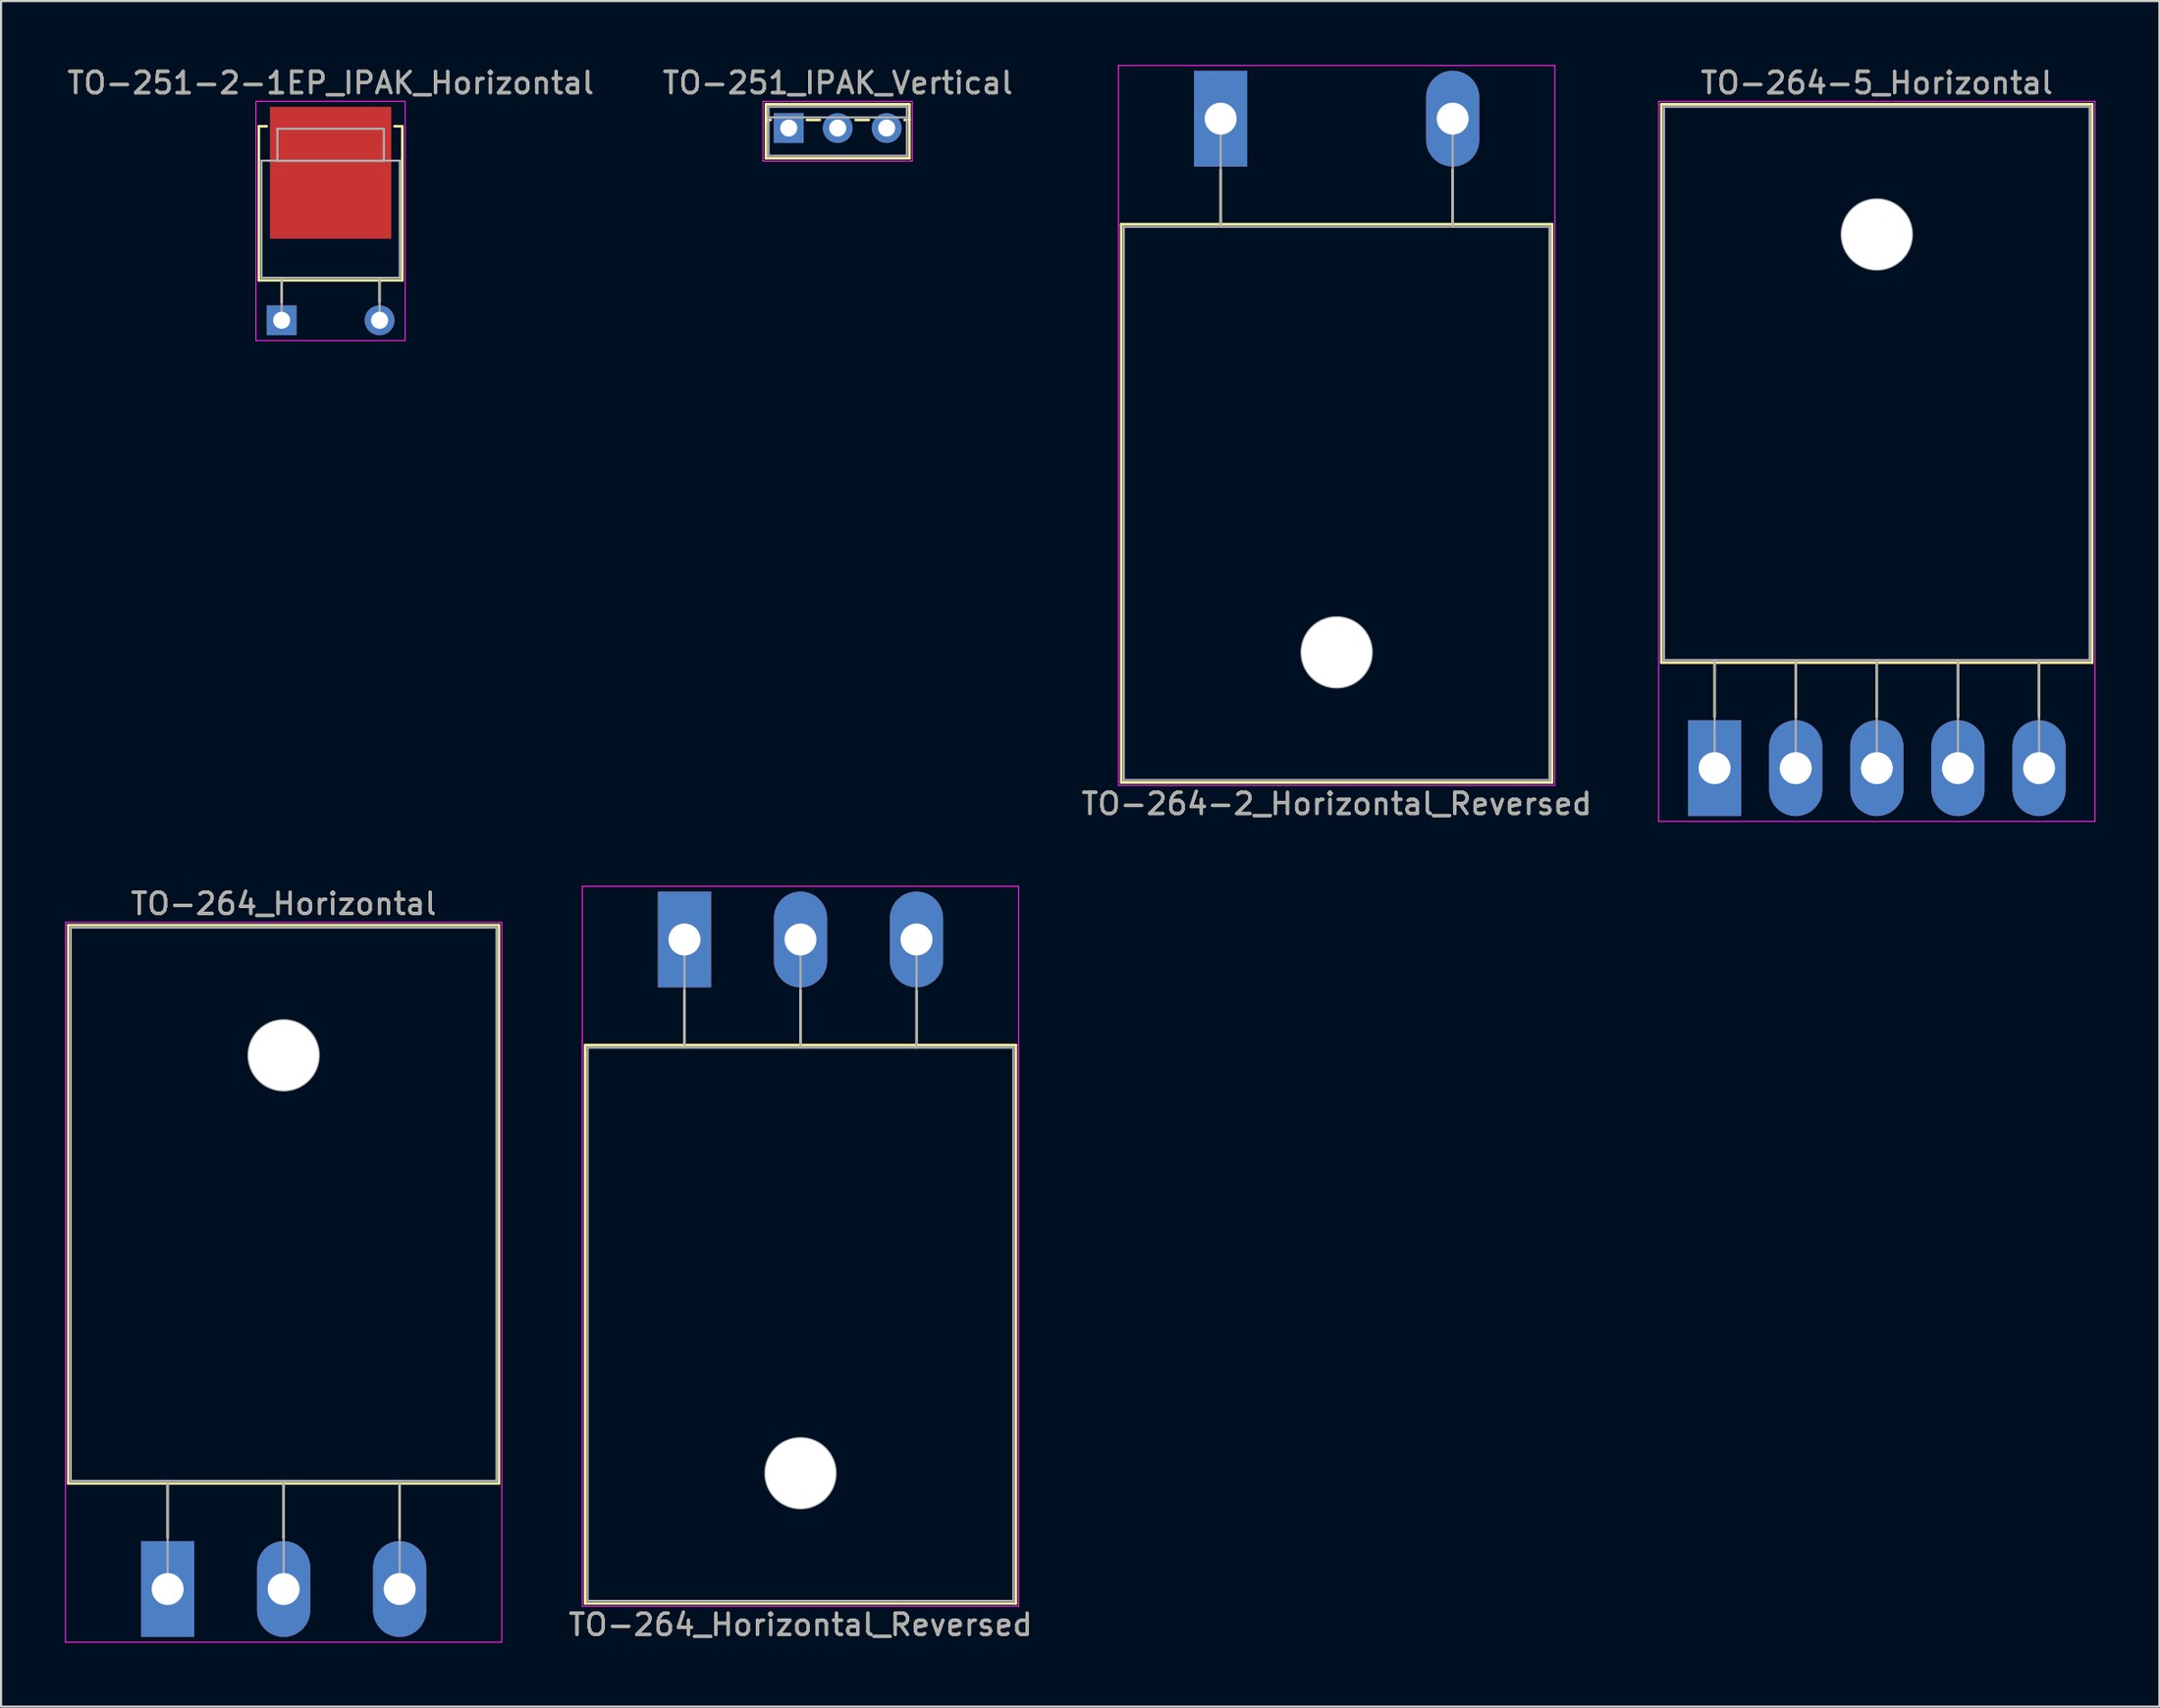
<source format=kicad_pcb>
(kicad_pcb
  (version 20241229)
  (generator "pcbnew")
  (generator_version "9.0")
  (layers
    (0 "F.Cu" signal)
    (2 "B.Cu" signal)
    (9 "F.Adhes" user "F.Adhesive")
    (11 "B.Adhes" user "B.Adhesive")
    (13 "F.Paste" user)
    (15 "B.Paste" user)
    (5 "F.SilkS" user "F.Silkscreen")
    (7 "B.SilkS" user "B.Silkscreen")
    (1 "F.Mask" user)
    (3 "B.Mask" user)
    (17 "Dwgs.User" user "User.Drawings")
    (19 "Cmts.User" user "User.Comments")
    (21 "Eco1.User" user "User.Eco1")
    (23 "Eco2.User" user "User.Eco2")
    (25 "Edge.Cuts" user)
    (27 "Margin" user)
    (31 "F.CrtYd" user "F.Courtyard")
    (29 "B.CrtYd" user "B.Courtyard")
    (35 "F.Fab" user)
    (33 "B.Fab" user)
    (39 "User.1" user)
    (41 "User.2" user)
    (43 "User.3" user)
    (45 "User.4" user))
  (footprint "TO-264_Horizontal_Reversed"
    (layer "F.Cu")
    (at 29.106 41.098)
    (property "Reference" "TO-264_Horizontal_Reversed" (at 5.45 32.2 0) (layer "F.SilkS") (effects (font (size 1 1) (thickness 0.15))))
    (attr through_hole)
    (fp_line (start -4.67 4.96) (end -4.67 31.2) (stroke (width 0.12) (type solid)) (layer "F.SilkS"))
    (fp_line (start -4.67 4.96) (end 15.57 4.96) (stroke (width 0.12) (type solid)) (layer "F.SilkS"))
    (fp_line (start -4.67 31.2) (end 15.57 31.2) (stroke (width 0.12) (type solid)) (layer "F.SilkS"))
    (fp_line (start 0 2.4) (end 0 4.96) (stroke (width 0.12) (type solid)) (layer "F.SilkS"))
    (fp_line (start 5.45 2.4) (end 5.45 4.96) (stroke (width 0.12) (type solid)) (layer "F.SilkS"))
    (fp_line (start 10.9 2.4) (end 10.9 4.96) (stroke (width 0.12) (type solid)) (layer "F.SilkS"))
    (fp_line (start 15.57 4.96) (end 15.57 31.2) (stroke (width 0.12) (type solid)) (layer "F.SilkS"))
    (fp_line (start -4.8 -2.5) (end -4.8 31.33) (stroke (width 0.05) (type solid)) (layer "F.CrtYd"))
    (fp_line (start -4.8 31.33) (end 15.7 31.33) (stroke (width 0.05) (type solid)) (layer "F.CrtYd"))
    (fp_line (start 15.7 -2.5) (end -4.8 -2.5) (stroke (width 0.05) (type solid)) (layer "F.CrtYd"))
    (fp_line (start 15.7 31.33) (end 15.7 -2.5) (stroke (width 0.05) (type solid)) (layer "F.CrtYd"))
    (fp_line (start -4.55 5.08) (end -4.55 31.08) (stroke (width 0.1) (type solid)) (layer "F.Fab"))
    (fp_line (start -4.55 31.08) (end 15.45 31.08) (stroke (width 0.1) (type solid)) (layer "F.Fab"))
    (fp_line (start 0 5.08) (end 0 0) (stroke (width 0.1) (type solid)) (layer "F.Fab"))
    (fp_line (start 5.45 5.08) (end 5.45 0) (stroke (width 0.1) (type solid)) (layer "F.Fab"))
    (fp_line (start 10.9 5.08) (end 10.9 0) (stroke (width 0.1) (type solid)) (layer "F.Fab"))
    (fp_line (start 15.45 5.08) (end -4.55 5.08) (stroke (width 0.1) (type solid)) (layer "F.Fab"))
    (fp_line (start 15.45 31.08) (end 15.45 5.08) (stroke (width 0.1) (type solid)) (layer "F.Fab"))
    (fp_circle (center 5.45 25.08) (end 7.1 25.08) (stroke (width 0.1) (type solid)) (fill no) (layer "F.Fab"))
    (fp_text user "${REFERENCE}" (at 5.45 32.2 0) (layer "F.Fab") (effects (font (size 1 1) (thickness 0.15))))
    (pad "" np_thru_hole oval (at 5.45 25.08) (size 3.3 3.3) (drill 3.3) (layers "*.Cu" "*.Mask"))
    (pad "1" thru_hole rect (at 0 0) (size 2.5 4.5) (drill 1.5) (layers "*.Cu" "*.Mask"))
    (pad "2" thru_hole oval (at 5.45 0) (size 2.5 4.5) (drill 1.5) (layers "*.Cu" "*.Mask"))
    (pad "3" thru_hole oval (at 10.9 0) (size 2.5 4.5) (drill 1.5) (layers "*.Cu" "*.Mask")))
  (footprint "TO-264-2_Horizontal_Reversed"
    (layer "F.Cu")
    (at 54.294 2.525)
    (property "Reference" "TO-264-2_Horizontal_Reversed" (at 5.45 32.2 0) (layer "F.SilkS") (effects (font (size 1 1) (thickness 0.15))))
    (attr through_hole)
    (fp_line (start -4.67 4.96) (end -4.67 31.2) (stroke (width 0.12) (type solid)) (layer "F.SilkS"))
    (fp_line (start -4.67 4.96) (end 15.57 4.96) (stroke (width 0.12) (type solid)) (layer "F.SilkS"))
    (fp_line (start -4.67 31.2) (end 15.57 31.2) (stroke (width 0.12) (type solid)) (layer "F.SilkS"))
    (fp_line (start 0 2.4) (end 0 4.96) (stroke (width 0.12) (type solid)) (layer "F.SilkS"))
    (fp_line (start 10.9 2.4) (end 10.9 4.96) (stroke (width 0.12) (type solid)) (layer "F.SilkS"))
    (fp_line (start 15.57 4.96) (end 15.57 31.2) (stroke (width 0.12) (type solid)) (layer "F.SilkS"))
    (fp_line (start -4.8 -2.5) (end -4.8 31.33) (stroke (width 0.05) (type solid)) (layer "F.CrtYd"))
    (fp_line (start -4.8 31.33) (end 15.7 31.33) (stroke (width 0.05) (type solid)) (layer "F.CrtYd"))
    (fp_line (start 15.7 -2.5) (end -4.8 -2.5) (stroke (width 0.05) (type solid)) (layer "F.CrtYd"))
    (fp_line (start 15.7 31.33) (end 15.7 -2.5) (stroke (width 0.05) (type solid)) (layer "F.CrtYd"))
    (fp_line (start -4.55 5.08) (end -4.55 31.08) (stroke (width 0.1) (type solid)) (layer "F.Fab"))
    (fp_line (start -4.55 31.08) (end 15.45 31.08) (stroke (width 0.1) (type solid)) (layer "F.Fab"))
    (fp_line (start 0 5.08) (end 0 0) (stroke (width 0.1) (type solid)) (layer "F.Fab"))
    (fp_line (start 10.9 5.08) (end 10.9 0) (stroke (width 0.1) (type solid)) (layer "F.Fab"))
    (fp_line (start 15.45 5.08) (end -4.55 5.08) (stroke (width 0.1) (type solid)) (layer "F.Fab"))
    (fp_line (start 15.45 31.08) (end 15.45 5.08) (stroke (width 0.1) (type solid)) (layer "F.Fab"))
    (fp_circle (center 5.45 25.08) (end 7.1 25.08) (stroke (width 0.1) (type solid)) (fill no) (layer "F.Fab"))
    (fp_text user "${REFERENCE}" (at 5.45 32.2 0) (layer "F.Fab") (effects (font (size 1 1) (thickness 0.15))))
    (pad "" np_thru_hole oval (at 5.45 25.08) (size 3.3 3.3) (drill 3.3) (layers "*.Cu" "*.Mask"))
    (pad "1" thru_hole rect (at 0 0) (size 2.5 4.5) (drill 1.5) (layers "*.Cu" "*.Mask"))
    (pad "2" thru_hole oval (at 10.9 0) (size 2.5 4.5) (drill 1.5) (layers "*.Cu" "*.Mask")))
  (footprint "TO-264-5_Horizontal"
    (layer "F.Cu")
    (at 77.5 33.048)
    (property "Reference" "TO-264-5_Horizontal" (at 7.62 -32.2 0) (layer "F.SilkS") (effects (font (size 1 1) (thickness 0.15))))
    (attr through_hole)
    (fp_line (start -2.5 -31.2) (end -2.5 -4.96) (stroke (width 0.12) (type solid)) (layer "F.SilkS"))
    (fp_line (start -2.5 -31.2) (end 17.74 -31.2) (stroke (width 0.12) (type solid)) (layer "F.SilkS"))
    (fp_line (start -2.5 -4.96) (end 17.74 -4.96) (stroke (width 0.12) (type solid)) (layer "F.SilkS"))
    (fp_line (start 0 -4.96) (end 0 -2.4) (stroke (width 0.12) (type solid)) (layer "F.SilkS"))
    (fp_line (start 3.81 -4.96) (end 3.81 -2.4) (stroke (width 0.12) (type solid)) (layer "F.SilkS"))
    (fp_line (start 7.62 -4.96) (end 7.62 -2.4) (stroke (width 0.12) (type solid)) (layer "F.SilkS"))
    (fp_line (start 11.43 -4.96) (end 11.43 -2.4) (stroke (width 0.12) (type solid)) (layer "F.SilkS"))
    (fp_line (start 15.24 -4.96) (end 15.24 -2.4) (stroke (width 0.12) (type solid)) (layer "F.SilkS"))
    (fp_line (start 17.74 -31.2) (end 17.74 -4.96) (stroke (width 0.12) (type solid)) (layer "F.SilkS"))
    (fp_line (start -2.63 -31.33) (end -2.63 2.5) (stroke (width 0.05) (type solid)) (layer "F.CrtYd"))
    (fp_line (start -2.63 2.5) (end 17.87 2.5) (stroke (width 0.05) (type solid)) (layer "F.CrtYd"))
    (fp_line (start 17.87 -31.33) (end -2.63 -31.33) (stroke (width 0.05) (type solid)) (layer "F.CrtYd"))
    (fp_line (start 17.87 2.5) (end 17.87 -31.33) (stroke (width 0.05) (type solid)) (layer "F.CrtYd"))
    (fp_line (start -2.38 -31.08) (end 17.62 -31.08) (stroke (width 0.1) (type solid)) (layer "F.Fab"))
    (fp_line (start -2.38 -5.08) (end -2.38 -31.08) (stroke (width 0.1) (type solid)) (layer "F.Fab"))
    (fp_line (start 0 -5.08) (end 0 0) (stroke (width 0.1) (type solid)) (layer "F.Fab"))
    (fp_line (start 3.81 -5.08) (end 3.81 0) (stroke (width 0.1) (type solid)) (layer "F.Fab"))
    (fp_line (start 7.62 -5.08) (end 7.62 0) (stroke (width 0.1) (type solid)) (layer "F.Fab"))
    (fp_line (start 11.43 -5.08) (end 11.43 0) (stroke (width 0.1) (type solid)) (layer "F.Fab"))
    (fp_line (start 15.24 -5.08) (end 15.24 0) (stroke (width 0.1) (type solid)) (layer "F.Fab"))
    (fp_line (start 17.62 -31.08) (end 17.62 -5.08) (stroke (width 0.1) (type solid)) (layer "F.Fab"))
    (fp_line (start 17.62 -5.08) (end -2.38 -5.08) (stroke (width 0.1) (type solid)) (layer "F.Fab"))
    (fp_circle (center 7.62 -25.08) (end 9.27 -25.08) (stroke (width 0.1) (type solid)) (fill no) (layer "F.Fab"))
    (fp_text user "${REFERENCE}" (at 7.62 -32.2 0) (layer "F.Fab") (effects (font (size 1 1) (thickness 0.15))))
    (pad "" np_thru_hole oval (at 7.62 -25.08) (size 3.3 3.3) (drill 3.3) (layers "*.Cu" "*.Mask"))
    (pad "1" thru_hole rect (at 0 0) (size 2.5 4.5) (drill 1.5) (layers "*.Cu" "*.Mask"))
    (pad "2" thru_hole oval (at 3.81 0) (size 2.5 4.5) (drill 1.5) (layers "*.Cu" "*.Mask"))
    (pad "3" thru_hole oval (at 7.62 0) (size 2.5 4.5) (drill 1.5) (layers "*.Cu" "*.Mask"))
    (pad "4" thru_hole oval (at 11.43 0) (size 2.5 4.5) (drill 1.5) (layers "*.Cu" "*.Mask"))
    (pad "5" thru_hole oval (at 15.24 0) (size 2.5 4.5) (drill 1.5) (layers "*.Cu" "*.Mask")))
  (footprint "TO-251_IPAK_Vertical"
    (layer "F.Cu")
    (at 34.004 2.968)
    (property "Reference" "TO-251_IPAK_Vertical" (at 2.3 -2.12 0) (layer "F.SilkS") (effects (font (size 1 1) (thickness 0.15))))
    (attr through_hole)
    (fp_line (start -1.071 -1.12) (end -1.071 1.42) (stroke (width 0.12) (type solid)) (layer "F.SilkS"))
    (fp_line (start -1.071 -1.12) (end 5.67 -1.12) (stroke (width 0.12) (type solid)) (layer "F.SilkS"))
    (fp_line (start -1.071 -0.381) (end -0.85 -0.381) (stroke (width 0.12) (type solid)) (layer "F.SilkS"))
    (fp_line (start -1.071 1.42) (end 5.67 1.42) (stroke (width 0.12) (type solid)) (layer "F.SilkS"))
    (fp_line (start 0.85 -0.381) (end 1.462 -0.381) (stroke (width 0.12) (type solid)) (layer "F.SilkS"))
    (fp_line (start 3.139 -0.381) (end 3.762 -0.381) (stroke (width 0.12) (type solid)) (layer "F.SilkS"))
    (fp_line (start 5.439 -0.381) (end 5.67 -0.381) (stroke (width 0.12) (type solid)) (layer "F.SilkS"))
    (fp_line (start 5.67 -1.12) (end 5.67 1.42) (stroke (width 0.12) (type solid)) (layer "F.SilkS"))
    (fp_line (start -1.21 -1.25) (end -1.21 1.55) (stroke (width 0.05) (type solid)) (layer "F.CrtYd"))
    (fp_line (start -1.21 1.55) (end 5.8 1.55) (stroke (width 0.05) (type solid)) (layer "F.CrtYd"))
    (fp_line (start 5.8 -1.25) (end -1.21 -1.25) (stroke (width 0.05) (type solid)) (layer "F.CrtYd"))
    (fp_line (start 5.8 1.55) (end 5.8 -1.25) (stroke (width 0.05) (type solid)) (layer "F.CrtYd"))
    (fp_line (start -0.95 -1) (end -0.95 1.3) (stroke (width 0.1) (type solid)) (layer "F.Fab"))
    (fp_line (start -0.95 -0.5) (end 5.55 -0.5) (stroke (width 0.1) (type solid)) (layer "F.Fab"))
    (fp_line (start -0.95 1.3) (end 5.55 1.3) (stroke (width 0.1) (type solid)) (layer "F.Fab"))
    (fp_line (start 5.55 -1) (end -0.95 -1) (stroke (width 0.1) (type solid)) (layer "F.Fab"))
    (fp_line (start 5.55 1.3) (end 5.55 -1) (stroke (width 0.1) (type solid)) (layer "F.Fab"))
    (fp_text user "${REFERENCE}" (at 2.3 -2.12 0) (layer "F.Fab") (effects (font (size 1 1) (thickness 0.15))))
    (pad "1" thru_hole rect (at 0 0) (size 1.4 1.4) (drill 0.8) (layers "*.Cu" "*.Mask"))
    (pad "2" thru_hole oval (at 2.3 0) (size 1.4 1.4) (drill 0.8) (layers "*.Cu" "*.Mask"))
    (pad "3" thru_hole oval (at 4.6 0) (size 1.4 1.4) (drill 0.8) (layers "*.Cu" "*.Mask")))
  (footprint "TO-251-2-1EP_IPAK_Horizontal"
    (layer "F.Cu")
    (at 10.182 12.002)
    (property "Reference" "TO-251-2-1EP_IPAK_Horizontal" (at 2.3 -11.153 0) (layer "F.SilkS") (effects (font (size 1 1) (thickness 0.15))))
    (attr through_hole)
    (fp_line (start -1.071 -9.12) (end -1.071 -1.88) (stroke (width 0.12) (type solid)) (layer "F.SilkS"))
    (fp_line (start -1.071 -9.12) (end -0.701 -9.12) (stroke (width 0.12) (type solid)) (layer "F.SilkS"))
    (fp_line (start -1.071 -1.88) (end 5.67 -1.88) (stroke (width 0.12) (type solid)) (layer "F.SilkS"))
    (fp_line (start 0 -1.88) (end 0 -0.85) (stroke (width 0.12) (type solid)) (layer "F.SilkS"))
    (fp_line (start 4.6 -1.88) (end 4.6 -0.866) (stroke (width 0.12) (type solid)) (layer "F.SilkS"))
    (fp_line (start 5.301 -9.12) (end 5.67 -9.12) (stroke (width 0.12) (type solid)) (layer "F.SilkS"))
    (fp_line (start 5.67 -9.12) (end 5.67 -1.88) (stroke (width 0.12) (type solid)) (layer "F.SilkS"))
    (fp_line (start -1.21 -10.29) (end -1.21 0.95) (stroke (width 0.05) (type solid)) (layer "F.CrtYd"))
    (fp_line (start -1.21 0.95) (end 5.8 0.95) (stroke (width 0.05) (type solid)) (layer "F.CrtYd"))
    (fp_line (start 5.8 -10.29) (end -1.21 -10.29) (stroke (width 0.05) (type solid)) (layer "F.CrtYd"))
    (fp_line (start 5.8 0.95) (end 5.8 -10.29) (stroke (width 0.05) (type solid)) (layer "F.CrtYd"))
    (fp_line (start -0.95 -7.5) (end 5.55 -7.5) (stroke (width 0.1) (type solid)) (layer "F.Fab"))
    (fp_line (start -0.95 -2) (end -0.95 -7.5) (stroke (width 0.1) (type solid)) (layer "F.Fab"))
    (fp_line (start -0.2 -9) (end 4.8 -9) (stroke (width 0.1) (type solid)) (layer "F.Fab"))
    (fp_line (start -0.2 -7.5) (end -0.2 -9) (stroke (width 0.1) (type solid)) (layer "F.Fab"))
    (fp_line (start 0 -2) (end 0 0) (stroke (width 0.1) (type solid)) (layer "F.Fab"))
    (fp_line (start 4.6 -2) (end 4.6 0) (stroke (width 0.1) (type solid)) (layer "F.Fab"))
    (fp_line (start 4.8 -9) (end 4.8 -7.5) (stroke (width 0.1) (type solid)) (layer "F.Fab"))
    (fp_line (start 4.8 -7.5) (end -0.2 -7.5) (stroke (width 0.1) (type solid)) (layer "F.Fab"))
    (fp_line (start 5.55 -7.5) (end 5.55 -2) (stroke (width 0.1) (type solid)) (layer "F.Fab"))
    (fp_line (start 5.55 -2) (end -0.95 -2) (stroke (width 0.1) (type solid)) (layer "F.Fab"))
    (fp_text user "${REFERENCE}" (at 2.3 -11.153 0) (layer "F.Fab") (effects (font (size 1 1) (thickness 0.15))))
    (pad "1" thru_hole rect (at 0 0) (size 1.4 1.4) (drill 0.8) (layers "*.Cu" "*.Mask"))
    (pad "2" thru_hole oval (at 4.6 0) (size 1.4 1.4) (drill 0.8) (layers "*.Cu" "*.Mask"))
    (pad "3" smd rect (at 2.3 -6.933) (size 5.7 6.2) (layers "F.Cu" "F.Mask")))
  (footprint "TO-264_Horizontal"
    (layer "F.Cu")
    (at 4.825 71.621)
    (property "Reference" "TO-264_Horizontal" (at 5.45 -32.2 0) (layer "F.SilkS") (effects (font (size 1 1) (thickness 0.15))))
    (attr through_hole)
    (fp_line (start -4.67 -31.2) (end -4.67 -4.96) (stroke (width 0.12) (type solid)) (layer "F.SilkS"))
    (fp_line (start -4.67 -31.2) (end 15.57 -31.2) (stroke (width 0.12) (type solid)) (layer "F.SilkS"))
    (fp_line (start -4.67 -4.96) (end 15.57 -4.96) (stroke (width 0.12) (type solid)) (layer "F.SilkS"))
    (fp_line (start 0 -4.96) (end 0 -2.4) (stroke (width 0.12) (type solid)) (layer "F.SilkS"))
    (fp_line (start 5.45 -4.96) (end 5.45 -2.4) (stroke (width 0.12) (type solid)) (layer "F.SilkS"))
    (fp_line (start 10.9 -4.96) (end 10.9 -2.4) (stroke (width 0.12) (type solid)) (layer "F.SilkS"))
    (fp_line (start 15.57 -31.2) (end 15.57 -4.96) (stroke (width 0.12) (type solid)) (layer "F.SilkS"))
    (fp_line (start -4.8 -31.33) (end -4.8 2.5) (stroke (width 0.05) (type solid)) (layer "F.CrtYd"))
    (fp_line (start -4.8 2.5) (end 15.7 2.5) (stroke (width 0.05) (type solid)) (layer "F.CrtYd"))
    (fp_line (start 15.7 -31.33) (end -4.8 -31.33) (stroke (width 0.05) (type solid)) (layer "F.CrtYd"))
    (fp_line (start 15.7 2.5) (end 15.7 -31.33) (stroke (width 0.05) (type solid)) (layer "F.CrtYd"))
    (fp_line (start -4.55 -31.08) (end 15.45 -31.08) (stroke (width 0.1) (type solid)) (layer "F.Fab"))
    (fp_line (start -4.55 -5.08) (end -4.55 -31.08) (stroke (width 0.1) (type solid)) (layer "F.Fab"))
    (fp_line (start 0 -5.08) (end 0 0) (stroke (width 0.1) (type solid)) (layer "F.Fab"))
    (fp_line (start 5.45 -5.08) (end 5.45 0) (stroke (width 0.1) (type solid)) (layer "F.Fab"))
    (fp_line (start 10.9 -5.08) (end 10.9 0) (stroke (width 0.1) (type solid)) (layer "F.Fab"))
    (fp_line (start 15.45 -31.08) (end 15.45 -5.08) (stroke (width 0.1) (type solid)) (layer "F.Fab"))
    (fp_line (start 15.45 -5.08) (end -4.55 -5.08) (stroke (width 0.1) (type solid)) (layer "F.Fab"))
    (fp_circle (center 5.45 -25.08) (end 7.1 -25.08) (stroke (width 0.1) (type solid)) (fill no) (layer "F.Fab"))
    (fp_text user "${REFERENCE}" (at 5.45 -32.2 0) (layer "F.Fab") (effects (font (size 1 1) (thickness 0.15))))
    (pad "" np_thru_hole oval (at 5.45 -25.08) (size 3.3 3.3) (drill 3.3) (layers "*.Cu" "*.Mask"))
    (pad "1" thru_hole rect (at 0 0) (size 2.5 4.5) (drill 1.5) (layers "*.Cu" "*.Mask"))
    (pad "2" thru_hole oval (at 5.45 0) (size 2.5 4.5) (drill 1.5) (layers "*.Cu" "*.Mask"))
    (pad "3" thru_hole oval (at 10.9 0) (size 2.5 4.5) (drill 1.5) (layers "*.Cu" "*.Mask")))
  (gr_rect
    (start -3 -3)
    (end 98.395 77.147)
    (stroke (width 0.1) (type default))
    (fill no)
    (layer "Edge.Cuts")))
</source>
